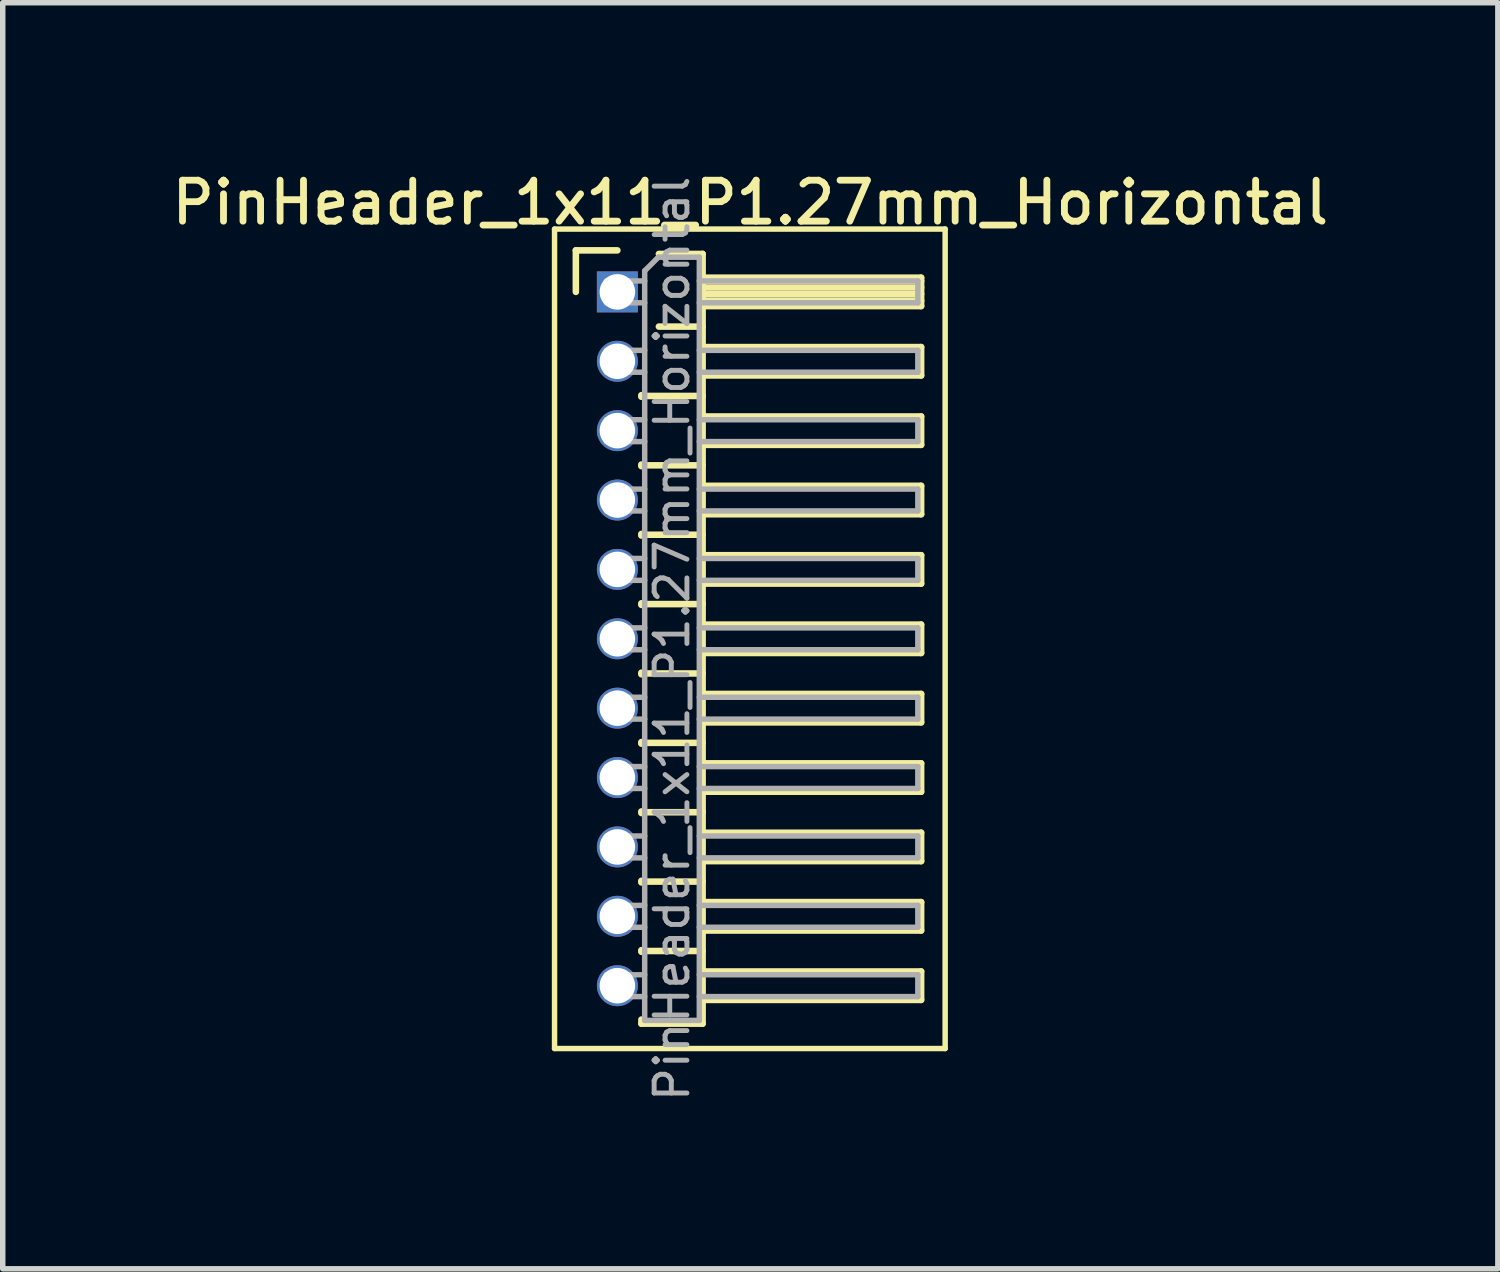
<source format=kicad_pcb>
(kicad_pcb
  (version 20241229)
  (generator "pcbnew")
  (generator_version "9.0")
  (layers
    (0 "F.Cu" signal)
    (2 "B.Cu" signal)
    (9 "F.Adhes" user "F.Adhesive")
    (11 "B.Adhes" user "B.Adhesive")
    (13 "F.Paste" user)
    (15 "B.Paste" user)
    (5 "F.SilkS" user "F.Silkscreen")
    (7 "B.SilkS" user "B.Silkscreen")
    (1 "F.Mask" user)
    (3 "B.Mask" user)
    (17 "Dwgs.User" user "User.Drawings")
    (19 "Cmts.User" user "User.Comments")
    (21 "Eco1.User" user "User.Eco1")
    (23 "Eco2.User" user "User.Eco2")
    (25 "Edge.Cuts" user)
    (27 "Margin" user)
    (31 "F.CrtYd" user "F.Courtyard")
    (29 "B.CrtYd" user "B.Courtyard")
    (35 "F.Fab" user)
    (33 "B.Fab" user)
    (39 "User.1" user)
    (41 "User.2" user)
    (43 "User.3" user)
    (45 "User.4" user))
  (footprint "PinHeader_1x11_P1.27mm_Horizontal"
    (layer "F.Cu")
    (at 8.251 2.293)
    (property "Reference" "PinHeader_1x11_P1.27mm_Horizontal" (at 2.433 -1.635 0) (layer "F.SilkS") (effects (font (size 0.75 0.75) (thickness 0.125))))
    (attr through_hole)
    (fp_line (start -1.15 -1.15) (end -1.15 13.85) (stroke (width 0.1) (type solid)) (layer "F.SilkS"))
    (fp_line (start -1.15 13.85) (end 6 13.85) (stroke (width 0.1) (type solid)) (layer "F.SilkS"))
    (fp_line (start -0.76 -0.76) (end 0 -0.76) (stroke (width 0.12) (type solid)) (layer "F.SilkS"))
    (fp_line (start -0.76 0) (end -0.76 -0.76) (stroke (width 0.12) (type solid)) (layer "F.SilkS"))
    (fp_line (start 0.44 1.89) (end 0.44 1.92) (stroke (width 0.12) (type solid)) (layer "F.SilkS"))
    (fp_line (start 0.44 1.905) (end 1.56 1.905) (stroke (width 0.12) (type solid)) (layer "F.SilkS"))
    (fp_line (start 0.44 3.16) (end 0.44 3.19) (stroke (width 0.12) (type solid)) (layer "F.SilkS"))
    (fp_line (start 0.44 3.175) (end 1.56 3.175) (stroke (width 0.12) (type solid)) (layer "F.SilkS"))
    (fp_line (start 0.44 4.43) (end 0.44 4.46) (stroke (width 0.12) (type solid)) (layer "F.SilkS"))
    (fp_line (start 0.44 4.445) (end 1.56 4.445) (stroke (width 0.12) (type solid)) (layer "F.SilkS"))
    (fp_line (start 0.44 5.7) (end 0.44 5.73) (stroke (width 0.12) (type solid)) (layer "F.SilkS"))
    (fp_line (start 0.44 5.715) (end 1.56 5.715) (stroke (width 0.12) (type solid)) (layer "F.SilkS"))
    (fp_line (start 0.44 6.97) (end 0.44 7) (stroke (width 0.12) (type solid)) (layer "F.SilkS"))
    (fp_line (start 0.44 6.985) (end 1.56 6.985) (stroke (width 0.12) (type solid)) (layer "F.SilkS"))
    (fp_line (start 0.44 8.24) (end 0.44 8.27) (stroke (width 0.12) (type solid)) (layer "F.SilkS"))
    (fp_line (start 0.44 8.255) (end 1.56 8.255) (stroke (width 0.12) (type solid)) (layer "F.SilkS"))
    (fp_line (start 0.44 9.51) (end 0.44 9.54) (stroke (width 0.12) (type solid)) (layer "F.SilkS"))
    (fp_line (start 0.44 9.525) (end 1.56 9.525) (stroke (width 0.12) (type solid)) (layer "F.SilkS"))
    (fp_line (start 0.44 10.78) (end 0.44 10.81) (stroke (width 0.12) (type solid)) (layer "F.SilkS"))
    (fp_line (start 0.44 10.795) (end 1.56 10.795) (stroke (width 0.12) (type solid)) (layer "F.SilkS"))
    (fp_line (start 0.44 12.05) (end 0.44 12.08) (stroke (width 0.12) (type solid)) (layer "F.SilkS"))
    (fp_line (start 0.44 12.065) (end 1.56 12.065) (stroke (width 0.12) (type solid)) (layer "F.SilkS"))
    (fp_line (start 0.44 13.395) (end 0.44 13.32) (stroke (width 0.12) (type solid)) (layer "F.SilkS"))
    (fp_line (start 0.76 -0.695) (end 1.56 -0.695) (stroke (width 0.12) (type solid)) (layer "F.SilkS"))
    (fp_line (start 0.76 0.635) (end 1.56 0.635) (stroke (width 0.12) (type solid)) (layer "F.SilkS"))
    (fp_line (start 1.56 -0.695) (end 1.56 13.395) (stroke (width 0.12) (type solid)) (layer "F.SilkS"))
    (fp_line (start 1.56 -0.26) (end 5.56 -0.26) (stroke (width 0.12) (type solid)) (layer "F.SilkS"))
    (fp_line (start 1.56 -0.2) (end 5.56 -0.2) (stroke (width 0.12) (type solid)) (layer "F.SilkS"))
    (fp_line (start 1.56 -0.08) (end 5.56 -0.08) (stroke (width 0.12) (type solid)) (layer "F.SilkS"))
    (fp_line (start 1.56 0.04) (end 5.56 0.04) (stroke (width 0.12) (type solid)) (layer "F.SilkS"))
    (fp_line (start 1.56 0.16) (end 5.56 0.16) (stroke (width 0.12) (type solid)) (layer "F.SilkS"))
    (fp_line (start 1.56 1.01) (end 5.56 1.01) (stroke (width 0.12) (type solid)) (layer "F.SilkS"))
    (fp_line (start 1.56 2.28) (end 5.56 2.28) (stroke (width 0.12) (type solid)) (layer "F.SilkS"))
    (fp_line (start 1.56 3.55) (end 5.56 3.55) (stroke (width 0.12) (type solid)) (layer "F.SilkS"))
    (fp_line (start 1.56 4.82) (end 5.56 4.82) (stroke (width 0.12) (type solid)) (layer "F.SilkS"))
    (fp_line (start 1.56 6.09) (end 5.56 6.09) (stroke (width 0.12) (type solid)) (layer "F.SilkS"))
    (fp_line (start 1.56 7.36) (end 5.56 7.36) (stroke (width 0.12) (type solid)) (layer "F.SilkS"))
    (fp_line (start 1.56 8.63) (end 5.56 8.63) (stroke (width 0.12) (type solid)) (layer "F.SilkS"))
    (fp_line (start 1.56 9.9) (end 5.56 9.9) (stroke (width 0.12) (type solid)) (layer "F.SilkS"))
    (fp_line (start 1.56 11.17) (end 5.56 11.17) (stroke (width 0.12) (type solid)) (layer "F.SilkS"))
    (fp_line (start 1.56 12.44) (end 5.56 12.44) (stroke (width 0.12) (type solid)) (layer "F.SilkS"))
    (fp_line (start 1.56 13.395) (end 0.44 13.395) (stroke (width 0.12) (type solid)) (layer "F.SilkS"))
    (fp_line (start 5.56 -0.26) (end 5.56 0.26) (stroke (width 0.12) (type solid)) (layer "F.SilkS"))
    (fp_line (start 5.56 0.26) (end 1.56 0.26) (stroke (width 0.12) (type solid)) (layer "F.SilkS"))
    (fp_line (start 5.56 1.01) (end 5.56 1.53) (stroke (width 0.12) (type solid)) (layer "F.SilkS"))
    (fp_line (start 5.56 1.53) (end 1.56 1.53) (stroke (width 0.12) (type solid)) (layer "F.SilkS"))
    (fp_line (start 5.56 2.28) (end 5.56 2.8) (stroke (width 0.12) (type solid)) (layer "F.SilkS"))
    (fp_line (start 5.56 2.8) (end 1.56 2.8) (stroke (width 0.12) (type solid)) (layer "F.SilkS"))
    (fp_line (start 5.56 3.55) (end 5.56 4.07) (stroke (width 0.12) (type solid)) (layer "F.SilkS"))
    (fp_line (start 5.56 4.07) (end 1.56 4.07) (stroke (width 0.12) (type solid)) (layer "F.SilkS"))
    (fp_line (start 5.56 4.82) (end 5.56 5.34) (stroke (width 0.12) (type solid)) (layer "F.SilkS"))
    (fp_line (start 5.56 5.34) (end 1.56 5.34) (stroke (width 0.12) (type solid)) (layer "F.SilkS"))
    (fp_line (start 5.56 6.09) (end 5.56 6.61) (stroke (width 0.12) (type solid)) (layer "F.SilkS"))
    (fp_line (start 5.56 6.61) (end 1.56 6.61) (stroke (width 0.12) (type solid)) (layer "F.SilkS"))
    (fp_line (start 5.56 7.36) (end 5.56 7.88) (stroke (width 0.12) (type solid)) (layer "F.SilkS"))
    (fp_line (start 5.56 7.88) (end 1.56 7.88) (stroke (width 0.12) (type solid)) (layer "F.SilkS"))
    (fp_line (start 5.56 8.63) (end 5.56 9.15) (stroke (width 0.12) (type solid)) (layer "F.SilkS"))
    (fp_line (start 5.56 9.15) (end 1.56 9.15) (stroke (width 0.12) (type solid)) (layer "F.SilkS"))
    (fp_line (start 5.56 9.9) (end 5.56 10.42) (stroke (width 0.12) (type solid)) (layer "F.SilkS"))
    (fp_line (start 5.56 10.42) (end 1.56 10.42) (stroke (width 0.12) (type solid)) (layer "F.SilkS"))
    (fp_line (start 5.56 11.17) (end 5.56 11.69) (stroke (width 0.12) (type solid)) (layer "F.SilkS"))
    (fp_line (start 5.56 11.69) (end 1.56 11.69) (stroke (width 0.12) (type solid)) (layer "F.SilkS"))
    (fp_line (start 5.56 12.44) (end 5.56 12.96) (stroke (width 0.12) (type solid)) (layer "F.SilkS"))
    (fp_line (start 5.56 12.96) (end 1.56 12.96) (stroke (width 0.12) (type solid)) (layer "F.SilkS"))
    (fp_line (start 6 -1.15) (end -1.15 -1.15) (stroke (width 0.1) (type solid)) (layer "F.SilkS"))
    (fp_line (start 6 13.85) (end 6 -1.15) (stroke (width 0.1) (type solid)) (layer "F.SilkS"))
    (fp_line (start -0.2 -0.2) (end -0.2 0.2) (stroke (width 0.1) (type solid)) (layer "F.Fab"))
    (fp_line (start -0.2 -0.2) (end 0.5 -0.2) (stroke (width 0.1) (type solid)) (layer "F.Fab"))
    (fp_line (start -0.2 0.2) (end 0.5 0.2) (stroke (width 0.1) (type solid)) (layer "F.Fab"))
    (fp_line (start -0.2 1.07) (end -0.2 1.47) (stroke (width 0.1) (type solid)) (layer "F.Fab"))
    (fp_line (start -0.2 1.07) (end 0.5 1.07) (stroke (width 0.1) (type solid)) (layer "F.Fab"))
    (fp_line (start -0.2 1.47) (end 0.5 1.47) (stroke (width 0.1) (type solid)) (layer "F.Fab"))
    (fp_line (start -0.2 2.34) (end -0.2 2.74) (stroke (width 0.1) (type solid)) (layer "F.Fab"))
    (fp_line (start -0.2 2.34) (end 0.5 2.34) (stroke (width 0.1) (type solid)) (layer "F.Fab"))
    (fp_line (start -0.2 2.74) (end 0.5 2.74) (stroke (width 0.1) (type solid)) (layer "F.Fab"))
    (fp_line (start -0.2 3.61) (end -0.2 4.01) (stroke (width 0.1) (type solid)) (layer "F.Fab"))
    (fp_line (start -0.2 3.61) (end 0.5 3.61) (stroke (width 0.1) (type solid)) (layer "F.Fab"))
    (fp_line (start -0.2 4.01) (end 0.5 4.01) (stroke (width 0.1) (type solid)) (layer "F.Fab"))
    (fp_line (start -0.2 4.88) (end -0.2 5.28) (stroke (width 0.1) (type solid)) (layer "F.Fab"))
    (fp_line (start -0.2 4.88) (end 0.5 4.88) (stroke (width 0.1) (type solid)) (layer "F.Fab"))
    (fp_line (start -0.2 5.28) (end 0.5 5.28) (stroke (width 0.1) (type solid)) (layer "F.Fab"))
    (fp_line (start -0.2 6.15) (end -0.2 6.55) (stroke (width 0.1) (type solid)) (layer "F.Fab"))
    (fp_line (start -0.2 6.15) (end 0.5 6.15) (stroke (width 0.1) (type solid)) (layer "F.Fab"))
    (fp_line (start -0.2 6.55) (end 0.5 6.55) (stroke (width 0.1) (type solid)) (layer "F.Fab"))
    (fp_line (start -0.2 7.42) (end -0.2 7.82) (stroke (width 0.1) (type solid)) (layer "F.Fab"))
    (fp_line (start -0.2 7.42) (end 0.5 7.42) (stroke (width 0.1) (type solid)) (layer "F.Fab"))
    (fp_line (start -0.2 7.82) (end 0.5 7.82) (stroke (width 0.1) (type solid)) (layer "F.Fab"))
    (fp_line (start -0.2 8.69) (end -0.2 9.09) (stroke (width 0.1) (type solid)) (layer "F.Fab"))
    (fp_line (start -0.2 8.69) (end 0.5 8.69) (stroke (width 0.1) (type solid)) (layer "F.Fab"))
    (fp_line (start -0.2 9.09) (end 0.5 9.09) (stroke (width 0.1) (type solid)) (layer "F.Fab"))
    (fp_line (start -0.2 9.96) (end -0.2 10.36) (stroke (width 0.1) (type solid)) (layer "F.Fab"))
    (fp_line (start -0.2 9.96) (end 0.5 9.96) (stroke (width 0.1) (type solid)) (layer "F.Fab"))
    (fp_line (start -0.2 10.36) (end 0.5 10.36) (stroke (width 0.1) (type solid)) (layer "F.Fab"))
    (fp_line (start -0.2 11.23) (end -0.2 11.63) (stroke (width 0.1) (type solid)) (layer "F.Fab"))
    (fp_line (start -0.2 11.23) (end 0.5 11.23) (stroke (width 0.1) (type solid)) (layer "F.Fab"))
    (fp_line (start -0.2 11.63) (end 0.5 11.63) (stroke (width 0.1) (type solid)) (layer "F.Fab"))
    (fp_line (start -0.2 12.5) (end -0.2 12.9) (stroke (width 0.1) (type solid)) (layer "F.Fab"))
    (fp_line (start -0.2 12.5) (end 0.5 12.5) (stroke (width 0.1) (type solid)) (layer "F.Fab"))
    (fp_line (start -0.2 12.9) (end 0.5 12.9) (stroke (width 0.1) (type solid)) (layer "F.Fab"))
    (fp_line (start 0.5 -0.385) (end 0.75 -0.635) (stroke (width 0.1) (type solid)) (layer "F.Fab"))
    (fp_line (start 0.5 13.335) (end 0.5 -0.385) (stroke (width 0.1) (type solid)) (layer "F.Fab"))
    (fp_line (start 0.75 -0.635) (end 1.5 -0.635) (stroke (width 0.1) (type solid)) (layer "F.Fab"))
    (fp_line (start 1.5 -0.635) (end 1.5 13.335) (stroke (width 0.1) (type solid)) (layer "F.Fab"))
    (fp_line (start 1.5 -0.2) (end 5.5 -0.2) (stroke (width 0.1) (type solid)) (layer "F.Fab"))
    (fp_line (start 1.5 0.2) (end 5.5 0.2) (stroke (width 0.1) (type solid)) (layer "F.Fab"))
    (fp_line (start 1.5 1.07) (end 5.5 1.07) (stroke (width 0.1) (type solid)) (layer "F.Fab"))
    (fp_line (start 1.5 1.47) (end 5.5 1.47) (stroke (width 0.1) (type solid)) (layer "F.Fab"))
    (fp_line (start 1.5 2.34) (end 5.5 2.34) (stroke (width 0.1) (type solid)) (layer "F.Fab"))
    (fp_line (start 1.5 2.74) (end 5.5 2.74) (stroke (width 0.1) (type solid)) (layer "F.Fab"))
    (fp_line (start 1.5 3.61) (end 5.5 3.61) (stroke (width 0.1) (type solid)) (layer "F.Fab"))
    (fp_line (start 1.5 4.01) (end 5.5 4.01) (stroke (width 0.1) (type solid)) (layer "F.Fab"))
    (fp_line (start 1.5 4.88) (end 5.5 4.88) (stroke (width 0.1) (type solid)) (layer "F.Fab"))
    (fp_line (start 1.5 5.28) (end 5.5 5.28) (stroke (width 0.1) (type solid)) (layer "F.Fab"))
    (fp_line (start 1.5 6.15) (end 5.5 6.15) (stroke (width 0.1) (type solid)) (layer "F.Fab"))
    (fp_line (start 1.5 6.55) (end 5.5 6.55) (stroke (width 0.1) (type solid)) (layer "F.Fab"))
    (fp_line (start 1.5 7.42) (end 5.5 7.42) (stroke (width 0.1) (type solid)) (layer "F.Fab"))
    (fp_line (start 1.5 7.82) (end 5.5 7.82) (stroke (width 0.1) (type solid)) (layer "F.Fab"))
    (fp_line (start 1.5 8.69) (end 5.5 8.69) (stroke (width 0.1) (type solid)) (layer "F.Fab"))
    (fp_line (start 1.5 9.09) (end 5.5 9.09) (stroke (width 0.1) (type solid)) (layer "F.Fab"))
    (fp_line (start 1.5 9.96) (end 5.5 9.96) (stroke (width 0.1) (type solid)) (layer "F.Fab"))
    (fp_line (start 1.5 10.36) (end 5.5 10.36) (stroke (width 0.1) (type solid)) (layer "F.Fab"))
    (fp_line (start 1.5 11.23) (end 5.5 11.23) (stroke (width 0.1) (type solid)) (layer "F.Fab"))
    (fp_line (start 1.5 11.63) (end 5.5 11.63) (stroke (width 0.1) (type solid)) (layer "F.Fab"))
    (fp_line (start 1.5 12.5) (end 5.5 12.5) (stroke (width 0.1) (type solid)) (layer "F.Fab"))
    (fp_line (start 1.5 12.9) (end 5.5 12.9) (stroke (width 0.1) (type solid)) (layer "F.Fab"))
    (fp_line (start 1.5 13.335) (end 0.5 13.335) (stroke (width 0.1) (type solid)) (layer "F.Fab"))
    (fp_line (start 5.5 -0.2) (end 5.5 0.2) (stroke (width 0.1) (type solid)) (layer "F.Fab"))
    (fp_line (start 5.5 1.07) (end 5.5 1.47) (stroke (width 0.1) (type solid)) (layer "F.Fab"))
    (fp_line (start 5.5 2.34) (end 5.5 2.74) (stroke (width 0.1) (type solid)) (layer "F.Fab"))
    (fp_line (start 5.5 3.61) (end 5.5 4.01) (stroke (width 0.1) (type solid)) (layer "F.Fab"))
    (fp_line (start 5.5 4.88) (end 5.5 5.28) (stroke (width 0.1) (type solid)) (layer "F.Fab"))
    (fp_line (start 5.5 6.15) (end 5.5 6.55) (stroke (width 0.1) (type solid)) (layer "F.Fab"))
    (fp_line (start 5.5 7.42) (end 5.5 7.82) (stroke (width 0.1) (type solid)) (layer "F.Fab"))
    (fp_line (start 5.5 8.69) (end 5.5 9.09) (stroke (width 0.1) (type solid)) (layer "F.Fab"))
    (fp_line (start 5.5 9.96) (end 5.5 10.36) (stroke (width 0.1) (type solid)) (layer "F.Fab"))
    (fp_line (start 5.5 11.23) (end 5.5 11.63) (stroke (width 0.1) (type solid)) (layer "F.Fab"))
    (fp_line (start 5.5 12.5) (end 5.5 12.9) (stroke (width 0.1) (type solid)) (layer "F.Fab"))
    (fp_text user "${REFERENCE}" (at 1 6.35 90) (layer "F.Fab") (effects (font (size 0.6 0.6) (thickness 0.09))))
    (pad "1" thru_hole rect (at 0 0) (size 0.75 0.75) (drill 0.65) (layers "*.Cu" "*.Mask"))
    (pad "2" thru_hole oval (at 0 1.27) (size 0.75 0.75) (drill 0.65) (layers "*.Cu" "*.Mask"))
    (pad "3" thru_hole oval (at 0 2.54) (size 0.75 0.75) (drill 0.65) (layers "*.Cu" "*.Mask"))
    (pad "4" thru_hole oval (at 0 3.81) (size 0.75 0.75) (drill 0.65) (layers "*.Cu" "*.Mask"))
    (pad "5" thru_hole oval (at 0 5.08) (size 0.75 0.75) (drill 0.65) (layers "*.Cu" "*.Mask"))
    (pad "6" thru_hole oval (at 0 6.35) (size 0.75 0.75) (drill 0.65) (layers "*.Cu" "*.Mask"))
    (pad "7" thru_hole oval (at 0 7.62) (size 0.75 0.75) (drill 0.65) (layers "*.Cu" "*.Mask"))
    (pad "8" thru_hole oval (at 0 8.89) (size 0.75 0.75) (drill 0.65) (layers "*.Cu" "*.Mask"))
    (pad "9" thru_hole oval (at 0 10.16) (size 0.75 0.75) (drill 0.65) (layers "*.Cu" "*.Mask"))
    (pad "10" thru_hole oval (at 0 11.43) (size 0.75 0.75) (drill 0.65) (layers "*.Cu" "*.Mask"))
    (pad "11" thru_hole oval (at 0 12.7) (size 0.75 0.75) (drill 0.65) (layers "*.Cu" "*.Mask")))
  (gr_rect
    (start -3 -3)
    (end 24.368 20.175)
    (stroke (width 0.1) (type default))
    (fill no)
    (layer "Edge.Cuts")))
</source>
